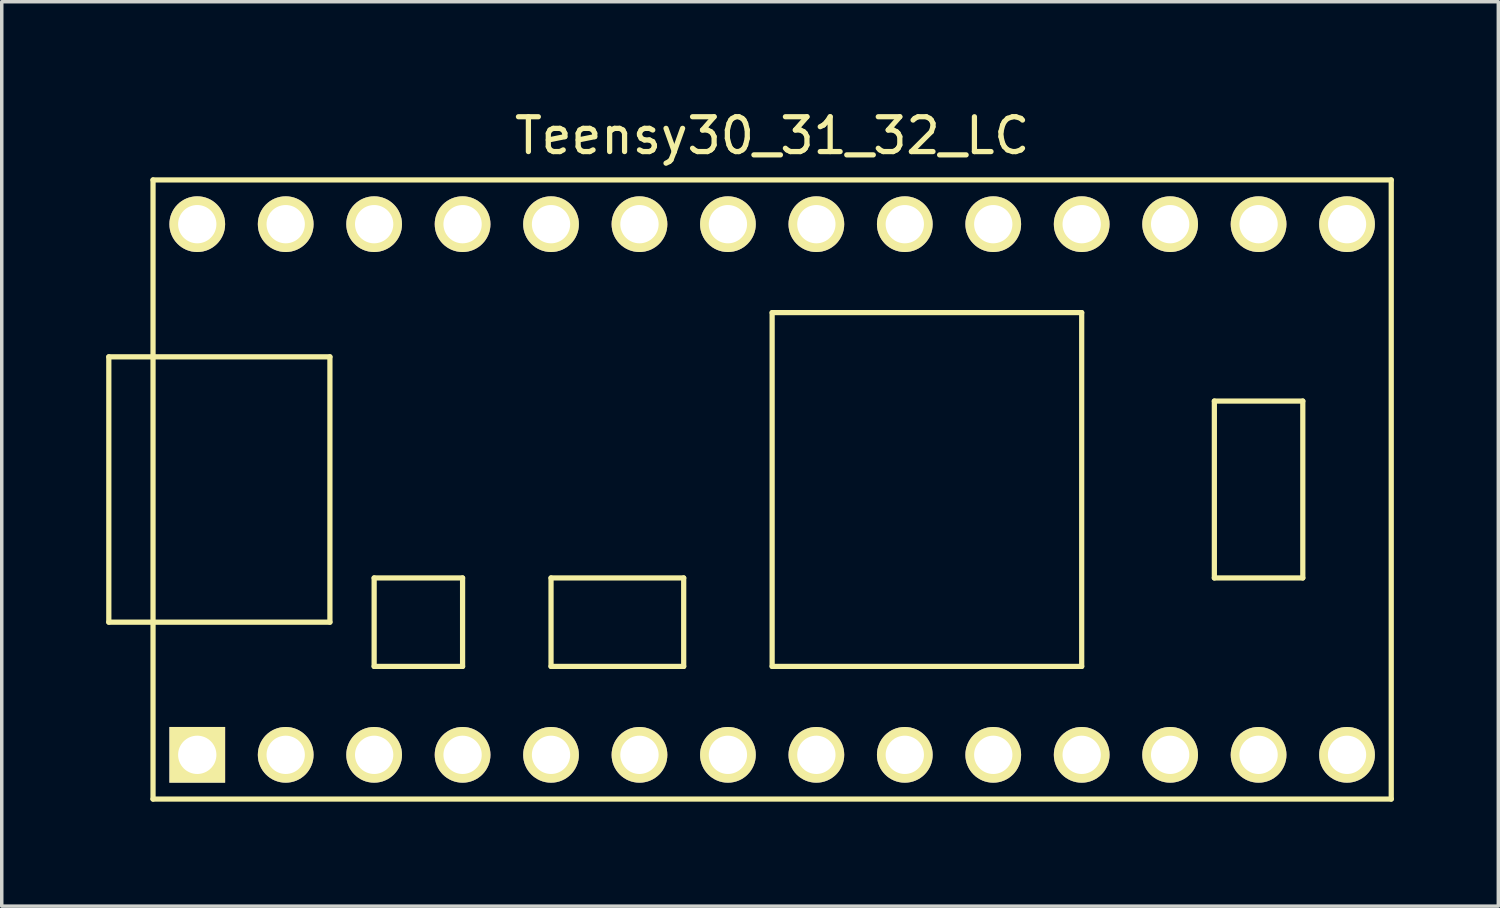
<source format=kicad_pcb>
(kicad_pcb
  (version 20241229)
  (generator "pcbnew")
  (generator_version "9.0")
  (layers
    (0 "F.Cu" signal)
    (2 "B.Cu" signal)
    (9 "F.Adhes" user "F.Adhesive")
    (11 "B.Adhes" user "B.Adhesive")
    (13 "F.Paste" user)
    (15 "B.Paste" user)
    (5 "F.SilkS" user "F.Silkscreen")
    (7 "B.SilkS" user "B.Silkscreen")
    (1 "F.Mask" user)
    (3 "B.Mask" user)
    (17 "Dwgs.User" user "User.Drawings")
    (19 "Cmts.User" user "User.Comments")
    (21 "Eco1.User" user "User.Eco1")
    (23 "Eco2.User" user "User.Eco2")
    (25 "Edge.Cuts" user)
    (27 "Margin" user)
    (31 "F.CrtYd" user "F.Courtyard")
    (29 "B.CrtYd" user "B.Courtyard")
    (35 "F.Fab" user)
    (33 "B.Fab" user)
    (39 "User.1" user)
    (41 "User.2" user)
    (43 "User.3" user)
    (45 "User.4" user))
  (footprint "Teensy30_31_32_LC"
    (layer "F.Cu")
    (at 19.125 11.008)
    (property "Reference" "Teensy30_31_32_LC" (at 0 -10.16 0) (layer "F.SilkS") (effects (font (size 1 1) (thickness 0.15))))
    (attr through_hole)
    (fp_line (start -19.05 -3.81) (end -17.78 -3.81) (stroke (width 0.15) (type solid)) (layer "F.SilkS"))
    (fp_line (start -19.05 3.81) (end -19.05 -3.81) (stroke (width 0.15) (type solid)) (layer "F.SilkS"))
    (fp_line (start -17.78 -8.89) (end 17.78 -8.89) (stroke (width 0.15) (type solid)) (layer "F.SilkS"))
    (fp_line (start -17.78 3.81) (end -19.05 3.81) (stroke (width 0.15) (type solid)) (layer "F.SilkS"))
    (fp_line (start -17.78 8.89) (end -17.78 -8.89) (stroke (width 0.15) (type solid)) (layer "F.SilkS"))
    (fp_line (start -12.7 -3.81) (end -17.78 -3.81) (stroke (width 0.15) (type solid)) (layer "F.SilkS"))
    (fp_line (start -12.7 3.81) (end -17.78 3.81) (stroke (width 0.15) (type solid)) (layer "F.SilkS"))
    (fp_line (start -12.7 3.81) (end -12.7 -3.81) (stroke (width 0.15) (type solid)) (layer "F.SilkS"))
    (fp_line (start -11.43 2.54) (end -11.43 5.08) (stroke (width 0.15) (type solid)) (layer "F.SilkS"))
    (fp_line (start -11.43 5.08) (end -8.89 5.08) (stroke (width 0.15) (type solid)) (layer "F.SilkS"))
    (fp_line (start -8.89 2.54) (end -11.43 2.54) (stroke (width 0.15) (type solid)) (layer "F.SilkS"))
    (fp_line (start -8.89 5.08) (end -8.89 2.54) (stroke (width 0.15) (type solid)) (layer "F.SilkS"))
    (fp_line (start -6.35 2.54) (end -6.35 5.08) (stroke (width 0.15) (type solid)) (layer "F.SilkS"))
    (fp_line (start -6.35 5.08) (end -2.54 5.08) (stroke (width 0.15) (type solid)) (layer "F.SilkS"))
    (fp_line (start -2.54 2.54) (end -6.35 2.54) (stroke (width 0.15) (type solid)) (layer "F.SilkS"))
    (fp_line (start -2.54 5.08) (end -2.54 2.54) (stroke (width 0.15) (type solid)) (layer "F.SilkS"))
    (fp_line (start 0 -5.08) (end 0 5.08) (stroke (width 0.15) (type solid)) (layer "F.SilkS"))
    (fp_line (start 8.89 -5.08) (end 0 -5.08) (stroke (width 0.15) (type solid)) (layer "F.SilkS"))
    (fp_line (start 8.89 5.08) (end 0 5.08) (stroke (width 0.15) (type solid)) (layer "F.SilkS"))
    (fp_line (start 8.89 5.08) (end 8.89 -5.08) (stroke (width 0.15) (type solid)) (layer "F.SilkS"))
    (fp_line (start 12.7 -2.54) (end 15.24 -2.54) (stroke (width 0.15) (type solid)) (layer "F.SilkS"))
    (fp_line (start 12.7 2.54) (end 12.7 -2.54) (stroke (width 0.15) (type solid)) (layer "F.SilkS"))
    (fp_line (start 15.24 -2.54) (end 15.24 2.54) (stroke (width 0.15) (type solid)) (layer "F.SilkS"))
    (fp_line (start 15.24 2.54) (end 12.7 2.54) (stroke (width 0.15) (type solid)) (layer "F.SilkS"))
    (fp_line (start 17.78 -8.89) (end 17.78 8.89) (stroke (width 0.15) (type solid)) (layer "F.SilkS"))
    (fp_line (start 17.78 8.89) (end -17.78 8.89) (stroke (width 0.15) (type solid)) (layer "F.SilkS"))
    (pad "1" thru_hole rect (at -16.51 7.62) (size 1.6 1.6) (drill 1.1) (layers "*.Cu" "*.Mask" "F.SilkS"))
    (pad "2" thru_hole circle (at -13.97 7.62) (size 1.6 1.6) (drill 1.1) (layers "*.Cu" "*.Mask" "F.SilkS"))
    (pad "3" thru_hole circle (at -11.43 7.62) (size 1.6 1.6) (drill 1.1) (layers "*.Cu" "*.Mask" "F.SilkS"))
    (pad "4" thru_hole circle (at -8.89 7.62) (size 1.6 1.6) (drill 1.1) (layers "*.Cu" "*.Mask" "F.SilkS"))
    (pad "5" thru_hole circle (at -6.35 7.62) (size 1.6 1.6) (drill 1.1) (layers "*.Cu" "*.Mask" "F.SilkS"))
    (pad "6" thru_hole circle (at -3.81 7.62) (size 1.6 1.6) (drill 1.1) (layers "*.Cu" "*.Mask" "F.SilkS"))
    (pad "7" thru_hole circle (at -1.27 7.62) (size 1.6 1.6) (drill 1.1) (layers "*.Cu" "*.Mask" "F.SilkS"))
    (pad "8" thru_hole circle (at 1.27 7.62) (size 1.6 1.6) (drill 1.1) (layers "*.Cu" "*.Mask" "F.SilkS"))
    (pad "9" thru_hole circle (at 3.81 7.62) (size 1.6 1.6) (drill 1.1) (layers "*.Cu" "*.Mask" "F.SilkS"))
    (pad "10" thru_hole circle (at 6.35 7.62) (size 1.6 1.6) (drill 1.1) (layers "*.Cu" "*.Mask" "F.SilkS"))
    (pad "11" thru_hole circle (at 8.89 7.62) (size 1.6 1.6) (drill 1.1) (layers "*.Cu" "*.Mask" "F.SilkS"))
    (pad "12" thru_hole circle (at 11.43 7.62) (size 1.6 1.6) (drill 1.1) (layers "*.Cu" "*.Mask" "F.SilkS"))
    (pad "13" thru_hole circle (at 13.97 7.62) (size 1.6 1.6) (drill 1.1) (layers "*.Cu" "*.Mask" "F.SilkS"))
    (pad "14" thru_hole circle (at 16.51 7.62) (size 1.6 1.6) (drill 1.1) (layers "*.Cu" "*.Mask" "F.SilkS"))
    (pad "20" thru_hole circle (at 16.51 -7.62) (size 1.6 1.6) (drill 1.1) (layers "*.Cu" "*.Mask" "F.SilkS"))
    (pad "21" thru_hole circle (at 13.97 -7.62) (size 1.6 1.6) (drill 1.1) (layers "*.Cu" "*.Mask" "F.SilkS"))
    (pad "22" thru_hole circle (at 11.43 -7.62) (size 1.6 1.6) (drill 1.1) (layers "*.Cu" "*.Mask" "F.SilkS"))
    (pad "23" thru_hole circle (at 8.89 -7.62) (size 1.6 1.6) (drill 1.1) (layers "*.Cu" "*.Mask" "F.SilkS"))
    (pad "24" thru_hole circle (at 6.35 -7.62) (size 1.6 1.6) (drill 1.1) (layers "*.Cu" "*.Mask" "F.SilkS"))
    (pad "25" thru_hole circle (at 3.81 -7.62) (size 1.6 1.6) (drill 1.1) (layers "*.Cu" "*.Mask" "F.SilkS"))
    (pad "26" thru_hole circle (at 1.27 -7.62) (size 1.6 1.6) (drill 1.1) (layers "*.Cu" "*.Mask" "F.SilkS"))
    (pad "27" thru_hole circle (at -1.27 -7.62) (size 1.6 1.6) (drill 1.1) (layers "*.Cu" "*.Mask" "F.SilkS"))
    (pad "28" thru_hole circle (at -3.81 -7.62) (size 1.6 1.6) (drill 1.1) (layers "*.Cu" "*.Mask" "F.SilkS"))
    (pad "29" thru_hole circle (at -6.35 -7.62) (size 1.6 1.6) (drill 1.1) (layers "*.Cu" "*.Mask" "F.SilkS"))
    (pad "30" thru_hole circle (at -8.89 -7.62) (size 1.6 1.6) (drill 1.1) (layers "*.Cu" "*.Mask" "F.SilkS"))
    (pad "31" thru_hole circle (at -11.43 -7.62) (size 1.6 1.6) (drill 1.1) (layers "*.Cu" "*.Mask" "F.SilkS"))
    (pad "32" thru_hole circle (at -13.97 -7.62) (size 1.6 1.6) (drill 1.1) (layers "*.Cu" "*.Mask" "F.SilkS"))
    (pad "33" thru_hole circle (at -16.51 -7.62) (size 1.6 1.6) (drill 1.1) (layers "*.Cu" "*.Mask" "F.SilkS")))
  (gr_rect
    (start -3 -3)
    (end 39.98 22.973)
    (stroke (width 0.1) (type default))
    (fill no)
    (layer "Edge.Cuts")))
</source>
